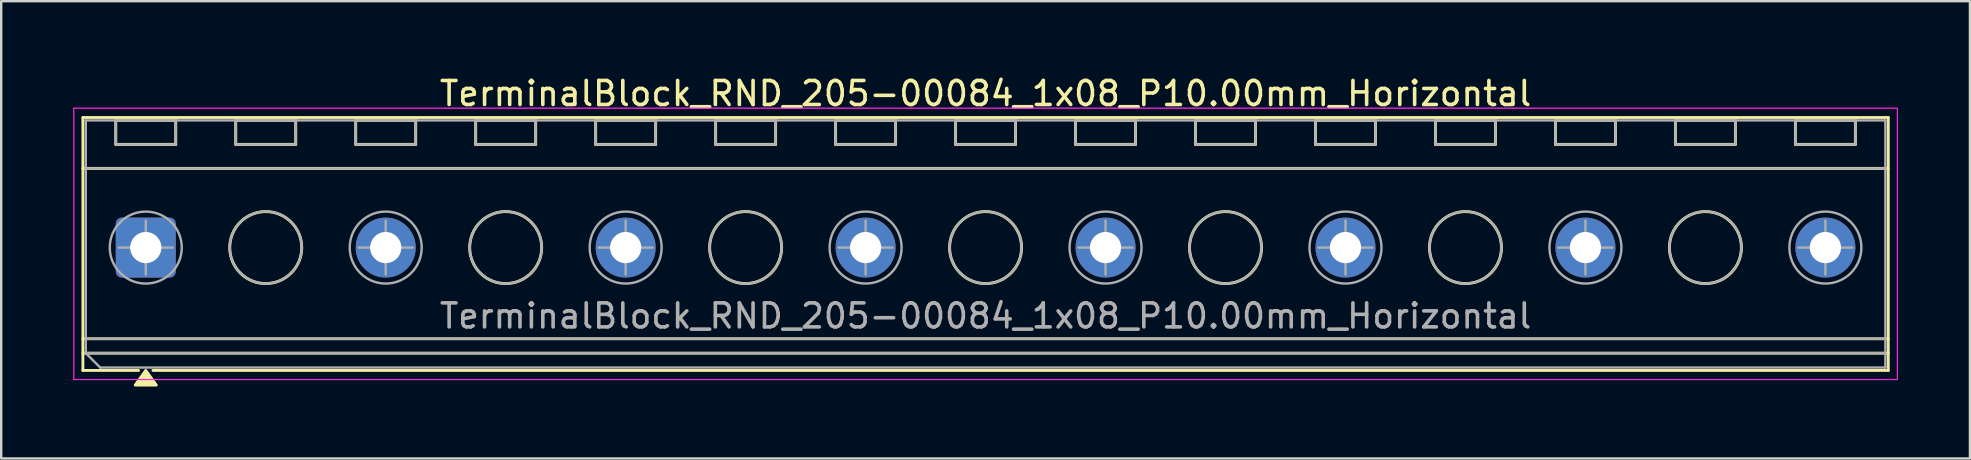
<source format=kicad_pcb>
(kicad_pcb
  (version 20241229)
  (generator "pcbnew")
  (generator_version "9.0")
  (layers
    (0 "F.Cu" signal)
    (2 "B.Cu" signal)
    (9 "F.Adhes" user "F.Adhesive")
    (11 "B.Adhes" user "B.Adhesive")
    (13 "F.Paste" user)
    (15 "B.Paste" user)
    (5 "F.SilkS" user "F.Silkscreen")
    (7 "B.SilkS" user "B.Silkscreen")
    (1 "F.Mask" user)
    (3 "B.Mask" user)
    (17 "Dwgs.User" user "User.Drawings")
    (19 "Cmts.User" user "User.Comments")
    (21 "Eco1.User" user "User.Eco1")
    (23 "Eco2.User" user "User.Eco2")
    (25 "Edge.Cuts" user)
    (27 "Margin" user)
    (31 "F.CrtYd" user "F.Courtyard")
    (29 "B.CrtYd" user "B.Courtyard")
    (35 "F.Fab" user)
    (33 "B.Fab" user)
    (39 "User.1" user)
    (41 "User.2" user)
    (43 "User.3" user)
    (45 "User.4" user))
  (footprint "TerminalBlock_RND_205-00084_1x08_P10.00mm_Horizontal"
    (layer "F.Cu")
    (at 3.025 7.268)
    (property "Reference" "TerminalBlock_RND_205-00084_1x08_P10.00mm_Horizontal" (at 35 -6.42 0) (layer "F.SilkS") (effects (font (size 1 1) (thickness 0.15))))
    (attr through_hole)
    (fp_line (start -2.62 -5.42) (end 72.62 -5.42) (stroke (width 0.12) (type solid)) (layer "F.SilkS"))
    (fp_line (start -2.62 -3.3) (end 72.62 -3.3) (stroke (width 0.12) (type solid)) (layer "F.SilkS"))
    (fp_line (start -2.62 3.8) (end 72.62 3.8) (stroke (width 0.12) (type solid)) (layer "F.SilkS"))
    (fp_line (start -2.62 4.4) (end 72.62 4.4) (stroke (width 0.12) (type solid)) (layer "F.SilkS"))
    (fp_line (start -2.62 5.12) (end -2.62 -5.42) (stroke (width 0.12) (type solid)) (layer "F.SilkS"))
    (fp_line (start -1.25 -5.3) (end 1.25 -5.3) (stroke (width 0.12) (type solid)) (layer "F.SilkS"))
    (fp_line (start -1.25 -4.3) (end -1.25 -5.3) (stroke (width 0.12) (type solid)) (layer "F.SilkS"))
    (fp_line (start -0.3 5.12) (end -2.62 5.12) (stroke (width 0.12) (type solid)) (layer "F.SilkS"))
    (fp_line (start 1.25 -5.3) (end 1.25 -4.3) (stroke (width 0.12) (type solid)) (layer "F.SilkS"))
    (fp_line (start 1.25 -4.3) (end -1.25 -4.3) (stroke (width 0.12) (type solid)) (layer "F.SilkS"))
    (fp_line (start 3.75 -5.3) (end 6.25 -5.3) (stroke (width 0.12) (type solid)) (layer "F.SilkS"))
    (fp_line (start 3.75 -4.3) (end 3.75 -5.3) (stroke (width 0.12) (type solid)) (layer "F.SilkS"))
    (fp_line (start 6.25 -5.3) (end 6.25 -4.3) (stroke (width 0.12) (type solid)) (layer "F.SilkS"))
    (fp_line (start 6.25 -4.3) (end 3.75 -4.3) (stroke (width 0.12) (type solid)) (layer "F.SilkS"))
    (fp_line (start 8.75 -5.3) (end 11.25 -5.3) (stroke (width 0.12) (type solid)) (layer "F.SilkS"))
    (fp_line (start 8.75 -4.3) (end 8.75 -5.3) (stroke (width 0.12) (type solid)) (layer "F.SilkS"))
    (fp_line (start 11.25 -5.3) (end 11.25 -4.3) (stroke (width 0.12) (type solid)) (layer "F.SilkS"))
    (fp_line (start 11.25 -4.3) (end 8.75 -4.3) (stroke (width 0.12) (type solid)) (layer "F.SilkS"))
    (fp_line (start 13.75 -5.3) (end 16.25 -5.3) (stroke (width 0.12) (type solid)) (layer "F.SilkS"))
    (fp_line (start 13.75 -4.3) (end 13.75 -5.3) (stroke (width 0.12) (type solid)) (layer "F.SilkS"))
    (fp_line (start 16.25 -5.3) (end 16.25 -4.3) (stroke (width 0.12) (type solid)) (layer "F.SilkS"))
    (fp_line (start 16.25 -4.3) (end 13.75 -4.3) (stroke (width 0.12) (type solid)) (layer "F.SilkS"))
    (fp_line (start 18.75 -5.3) (end 21.25 -5.3) (stroke (width 0.12) (type solid)) (layer "F.SilkS"))
    (fp_line (start 18.75 -4.3) (end 18.75 -5.3) (stroke (width 0.12) (type solid)) (layer "F.SilkS"))
    (fp_line (start 21.25 -5.3) (end 21.25 -4.3) (stroke (width 0.12) (type solid)) (layer "F.SilkS"))
    (fp_line (start 21.25 -4.3) (end 18.75 -4.3) (stroke (width 0.12) (type solid)) (layer "F.SilkS"))
    (fp_line (start 23.75 -5.3) (end 26.25 -5.3) (stroke (width 0.12) (type solid)) (layer "F.SilkS"))
    (fp_line (start 23.75 -4.3) (end 23.75 -5.3) (stroke (width 0.12) (type solid)) (layer "F.SilkS"))
    (fp_line (start 26.25 -5.3) (end 26.25 -4.3) (stroke (width 0.12) (type solid)) (layer "F.SilkS"))
    (fp_line (start 26.25 -4.3) (end 23.75 -4.3) (stroke (width 0.12) (type solid)) (layer "F.SilkS"))
    (fp_line (start 28.75 -5.3) (end 31.25 -5.3) (stroke (width 0.12) (type solid)) (layer "F.SilkS"))
    (fp_line (start 28.75 -4.3) (end 28.75 -5.3) (stroke (width 0.12) (type solid)) (layer "F.SilkS"))
    (fp_line (start 31.25 -5.3) (end 31.25 -4.3) (stroke (width 0.12) (type solid)) (layer "F.SilkS"))
    (fp_line (start 31.25 -4.3) (end 28.75 -4.3) (stroke (width 0.12) (type solid)) (layer "F.SilkS"))
    (fp_line (start 33.75 -5.3) (end 36.25 -5.3) (stroke (width 0.12) (type solid)) (layer "F.SilkS"))
    (fp_line (start 33.75 -4.3) (end 33.75 -5.3) (stroke (width 0.12) (type solid)) (layer "F.SilkS"))
    (fp_line (start 36.25 -5.3) (end 36.25 -4.3) (stroke (width 0.12) (type solid)) (layer "F.SilkS"))
    (fp_line (start 36.25 -4.3) (end 33.75 -4.3) (stroke (width 0.12) (type solid)) (layer "F.SilkS"))
    (fp_line (start 38.75 -5.3) (end 41.25 -5.3) (stroke (width 0.12) (type solid)) (layer "F.SilkS"))
    (fp_line (start 38.75 -4.3) (end 38.75 -5.3) (stroke (width 0.12) (type solid)) (layer "F.SilkS"))
    (fp_line (start 41.25 -5.3) (end 41.25 -4.3) (stroke (width 0.12) (type solid)) (layer "F.SilkS"))
    (fp_line (start 41.25 -4.3) (end 38.75 -4.3) (stroke (width 0.12) (type solid)) (layer "F.SilkS"))
    (fp_line (start 43.75 -5.3) (end 46.25 -5.3) (stroke (width 0.12) (type solid)) (layer "F.SilkS"))
    (fp_line (start 43.75 -4.3) (end 43.75 -5.3) (stroke (width 0.12) (type solid)) (layer "F.SilkS"))
    (fp_line (start 46.25 -5.3) (end 46.25 -4.3) (stroke (width 0.12) (type solid)) (layer "F.SilkS"))
    (fp_line (start 46.25 -4.3) (end 43.75 -4.3) (stroke (width 0.12) (type solid)) (layer "F.SilkS"))
    (fp_line (start 48.75 -5.3) (end 51.25 -5.3) (stroke (width 0.12) (type solid)) (layer "F.SilkS"))
    (fp_line (start 48.75 -4.3) (end 48.75 -5.3) (stroke (width 0.12) (type solid)) (layer "F.SilkS"))
    (fp_line (start 51.25 -5.3) (end 51.25 -4.3) (stroke (width 0.12) (type solid)) (layer "F.SilkS"))
    (fp_line (start 51.25 -4.3) (end 48.75 -4.3) (stroke (width 0.12) (type solid)) (layer "F.SilkS"))
    (fp_line (start 53.75 -5.3) (end 56.25 -5.3) (stroke (width 0.12) (type solid)) (layer "F.SilkS"))
    (fp_line (start 53.75 -4.3) (end 53.75 -5.3) (stroke (width 0.12) (type solid)) (layer "F.SilkS"))
    (fp_line (start 56.25 -5.3) (end 56.25 -4.3) (stroke (width 0.12) (type solid)) (layer "F.SilkS"))
    (fp_line (start 56.25 -4.3) (end 53.75 -4.3) (stroke (width 0.12) (type solid)) (layer "F.SilkS"))
    (fp_line (start 58.75 -5.3) (end 61.25 -5.3) (stroke (width 0.12) (type solid)) (layer "F.SilkS"))
    (fp_line (start 58.75 -4.3) (end 58.75 -5.3) (stroke (width 0.12) (type solid)) (layer "F.SilkS"))
    (fp_line (start 61.25 -5.3) (end 61.25 -4.3) (stroke (width 0.12) (type solid)) (layer "F.SilkS"))
    (fp_line (start 61.25 -4.3) (end 58.75 -4.3) (stroke (width 0.12) (type solid)) (layer "F.SilkS"))
    (fp_line (start 63.75 -5.3) (end 66.25 -5.3) (stroke (width 0.12) (type solid)) (layer "F.SilkS"))
    (fp_line (start 63.75 -4.3) (end 63.75 -5.3) (stroke (width 0.12) (type solid)) (layer "F.SilkS"))
    (fp_line (start 66.25 -5.3) (end 66.25 -4.3) (stroke (width 0.12) (type solid)) (layer "F.SilkS"))
    (fp_line (start 66.25 -4.3) (end 63.75 -4.3) (stroke (width 0.12) (type solid)) (layer "F.SilkS"))
    (fp_line (start 68.75 -5.3) (end 71.25 -5.3) (stroke (width 0.12) (type solid)) (layer "F.SilkS"))
    (fp_line (start 68.75 -4.3) (end 68.75 -5.3) (stroke (width 0.12) (type solid)) (layer "F.SilkS"))
    (fp_line (start 71.25 -5.3) (end 71.25 -4.3) (stroke (width 0.12) (type solid)) (layer "F.SilkS"))
    (fp_line (start 71.25 -4.3) (end 68.75 -4.3) (stroke (width 0.12) (type solid)) (layer "F.SilkS"))
    (fp_line (start 72.62 -5.42) (end 72.62 5.12) (stroke (width 0.12) (type solid)) (layer "F.SilkS"))
    (fp_line (start 72.62 5.12) (end 0.3 5.12) (stroke (width 0.12) (type solid)) (layer "F.SilkS"))
    (fp_circle (center 5 0) (end 6.5 0) (stroke (width 0.12) (type solid)) (fill no) (layer "F.SilkS"))
    (fp_circle (center 15 0) (end 16.5 0) (stroke (width 0.12) (type solid)) (fill no) (layer "F.SilkS"))
    (fp_circle (center 25 0) (end 26.5 0) (stroke (width 0.12) (type solid)) (fill no) (layer "F.SilkS"))
    (fp_circle (center 35 0) (end 36.5 0) (stroke (width 0.12) (type solid)) (fill no) (layer "F.SilkS"))
    (fp_circle (center 45 0) (end 46.5 0) (stroke (width 0.12) (type solid)) (fill no) (layer "F.SilkS"))
    (fp_circle (center 55 0) (end 56.5 0) (stroke (width 0.12) (type solid)) (fill no) (layer "F.SilkS"))
    (fp_circle (center 65 0) (end 66.5 0) (stroke (width 0.12) (type solid)) (fill no) (layer "F.SilkS"))
    (fp_poly (pts (xy 0 5.12) (xy 0.44 5.73) (xy -0.44 5.73)) (stroke (width 0.12) (type solid)) (fill yes) (layer "F.SilkS"))
    (fp_rect (start -3 -5.81) (end 73 5.5) (stroke (width 0.05) (type solid)) (fill no) (layer "F.CrtYd"))
    (fp_line (start -2.5 -5.3) (end 72.5 -5.3) (stroke (width 0.1) (type solid)) (layer "F.Fab"))
    (fp_line (start -2.5 -3.3) (end 72.5 -3.3) (stroke (width 0.1) (type solid)) (layer "F.Fab"))
    (fp_line (start -2.5 3.8) (end 72.5 3.8) (stroke (width 0.1) (type solid)) (layer "F.Fab"))
    (fp_line (start -2.5 4.4) (end -2.5 -5.3) (stroke (width 0.1) (type solid)) (layer "F.Fab"))
    (fp_line (start -2.5 4.4) (end 72.5 4.4) (stroke (width 0.1) (type solid)) (layer "F.Fab"))
    (fp_line (start -1.9 5) (end -2.5 4.4) (stroke (width 0.1) (type solid)) (layer "F.Fab"))
    (fp_line (start -1.125 0) (end 1.125 0) (stroke (width 0.1) (type solid)) (layer "F.Fab"))
    (fp_line (start 0 -1.125) (end 0 1.125) (stroke (width 0.1) (type solid)) (layer "F.Fab"))
    (fp_line (start 8.875 0) (end 11.125 0) (stroke (width 0.1) (type solid)) (layer "F.Fab"))
    (fp_line (start 10 -1.125) (end 10 1.125) (stroke (width 0.1) (type solid)) (layer "F.Fab"))
    (fp_line (start 18.875 0) (end 21.125 0) (stroke (width 0.1) (type solid)) (layer "F.Fab"))
    (fp_line (start 20 -1.125) (end 20 1.125) (stroke (width 0.1) (type solid)) (layer "F.Fab"))
    (fp_line (start 28.875 0) (end 31.125 0) (stroke (width 0.1) (type solid)) (layer "F.Fab"))
    (fp_line (start 30 -1.125) (end 30 1.125) (stroke (width 0.1) (type solid)) (layer "F.Fab"))
    (fp_line (start 38.875 0) (end 41.125 0) (stroke (width 0.1) (type solid)) (layer "F.Fab"))
    (fp_line (start 40 -1.125) (end 40 1.125) (stroke (width 0.1) (type solid)) (layer "F.Fab"))
    (fp_line (start 48.875 0) (end 51.125 0) (stroke (width 0.1) (type solid)) (layer "F.Fab"))
    (fp_line (start 50 -1.125) (end 50 1.125) (stroke (width 0.1) (type solid)) (layer "F.Fab"))
    (fp_line (start 58.875 0) (end 61.125 0) (stroke (width 0.1) (type solid)) (layer "F.Fab"))
    (fp_line (start 60 -1.125) (end 60 1.125) (stroke (width 0.1) (type solid)) (layer "F.Fab"))
    (fp_line (start 68.875 0) (end 71.125 0) (stroke (width 0.1) (type solid)) (layer "F.Fab"))
    (fp_line (start 70 -1.125) (end 70 1.125) (stroke (width 0.1) (type solid)) (layer "F.Fab"))
    (fp_line (start 72.5 -5.3) (end 72.5 5) (stroke (width 0.1) (type solid)) (layer "F.Fab"))
    (fp_line (start 72.5 5) (end -1.9 5) (stroke (width 0.1) (type solid)) (layer "F.Fab"))
    (fp_rect (start -1.25 -5.3) (end 1.25 -4.3) (stroke (width 0.1) (type solid)) (fill no) (layer "F.Fab"))
    (fp_rect (start 3.75 -5.3) (end 6.25 -4.3) (stroke (width 0.1) (type solid)) (fill no) (layer "F.Fab"))
    (fp_rect (start 8.75 -5.3) (end 11.25 -4.3) (stroke (width 0.1) (type solid)) (fill no) (layer "F.Fab"))
    (fp_rect (start 13.75 -5.3) (end 16.25 -4.3) (stroke (width 0.1) (type solid)) (fill no) (layer "F.Fab"))
    (fp_rect (start 18.75 -5.3) (end 21.25 -4.3) (stroke (width 0.1) (type solid)) (fill no) (layer "F.Fab"))
    (fp_rect (start 23.75 -5.3) (end 26.25 -4.3) (stroke (width 0.1) (type solid)) (fill no) (layer "F.Fab"))
    (fp_rect (start 28.75 -5.3) (end 31.25 -4.3) (stroke (width 0.1) (type solid)) (fill no) (layer "F.Fab"))
    (fp_rect (start 33.75 -5.3) (end 36.25 -4.3) (stroke (width 0.1) (type solid)) (fill no) (layer "F.Fab"))
    (fp_rect (start 38.75 -5.3) (end 41.25 -4.3) (stroke (width 0.1) (type solid)) (fill no) (layer "F.Fab"))
    (fp_rect (start 43.75 -5.3) (end 46.25 -4.3) (stroke (width 0.1) (type solid)) (fill no) (layer "F.Fab"))
    (fp_rect (start 48.75 -5.3) (end 51.25 -4.3) (stroke (width 0.1) (type solid)) (fill no) (layer "F.Fab"))
    (fp_rect (start 53.75 -5.3) (end 56.25 -4.3) (stroke (width 0.1) (type solid)) (fill no) (layer "F.Fab"))
    (fp_rect (start 58.75 -5.3) (end 61.25 -4.3) (stroke (width 0.1) (type solid)) (fill no) (layer "F.Fab"))
    (fp_rect (start 63.75 -5.3) (end 66.25 -4.3) (stroke (width 0.1) (type solid)) (fill no) (layer "F.Fab"))
    (fp_rect (start 68.75 -5.3) (end 71.25 -4.3) (stroke (width 0.1) (type solid)) (fill no) (layer "F.Fab"))
    (fp_circle (center 0 0) (end 1.5 0) (stroke (width 0.1) (type solid)) (fill no) (layer "F.Fab"))
    (fp_circle (center 5 0) (end 6.5 0) (stroke (width 0.1) (type solid)) (fill no) (layer "F.Fab"))
    (fp_circle (center 10 0) (end 11.5 0) (stroke (width 0.1) (type solid)) (fill no) (layer "F.Fab"))
    (fp_circle (center 15 0) (end 16.5 0) (stroke (width 0.1) (type solid)) (fill no) (layer "F.Fab"))
    (fp_circle (center 20 0) (end 21.5 0) (stroke (width 0.1) (type solid)) (fill no) (layer "F.Fab"))
    (fp_circle (center 25 0) (end 26.5 0) (stroke (width 0.1) (type solid)) (fill no) (layer "F.Fab"))
    (fp_circle (center 30 0) (end 31.5 0) (stroke (width 0.1) (type solid)) (fill no) (layer "F.Fab"))
    (fp_circle (center 35 0) (end 36.5 0) (stroke (width 0.1) (type solid)) (fill no) (layer "F.Fab"))
    (fp_circle (center 40 0) (end 41.5 0) (stroke (width 0.1) (type solid)) (fill no) (layer "F.Fab"))
    (fp_circle (center 45 0) (end 46.5 0) (stroke (width 0.1) (type solid)) (fill no) (layer "F.Fab"))
    (fp_circle (center 50 0) (end 51.5 0) (stroke (width 0.1) (type solid)) (fill no) (layer "F.Fab"))
    (fp_circle (center 55 0) (end 56.5 0) (stroke (width 0.1) (type solid)) (fill no) (layer "F.Fab"))
    (fp_circle (center 60 0) (end 61.5 0) (stroke (width 0.1) (type solid)) (fill no) (layer "F.Fab"))
    (fp_circle (center 65 0) (end 66.5 0) (stroke (width 0.1) (type solid)) (fill no) (layer "F.Fab"))
    (fp_circle (center 70 0) (end 71.5 0) (stroke (width 0.1) (type solid)) (fill no) (layer "F.Fab"))
    (fp_text user "${REFERENCE}" (at 35 2.85 0) (layer "F.Fab") (effects (font (size 1 1) (thickness 0.15))))
    (pad "1" thru_hole roundrect (at 0 0) (size 2.5 2.5) (drill 1.3) (layers "*.Cu" "*.Mask") (roundrect_rratio 0.1))
    (pad "2" thru_hole circle (at 10 0) (size 2.5 2.5) (drill 1.3) (layers "*.Cu" "*.Mask"))
    (pad "3" thru_hole circle (at 20 0) (size 2.5 2.5) (drill 1.3) (layers "*.Cu" "*.Mask"))
    (pad "4" thru_hole circle (at 30 0) (size 2.5 2.5) (drill 1.3) (layers "*.Cu" "*.Mask"))
    (pad "5" thru_hole circle (at 40 0) (size 2.5 2.5) (drill 1.3) (layers "*.Cu" "*.Mask"))
    (pad "6" thru_hole circle (at 50 0) (size 2.5 2.5) (drill 1.3) (layers "*.Cu" "*.Mask"))
    (pad "7" thru_hole circle (at 60 0) (size 2.5 2.5) (drill 1.3) (layers "*.Cu" "*.Mask"))
    (pad "8" thru_hole circle (at 70 0) (size 2.5 2.5) (drill 1.3) (layers "*.Cu" "*.Mask")))
  (gr_rect
    (start -3 -3)
    (end 79.05 16.058)
    (stroke (width 0.1) (type default))
    (fill no)
    (layer "Edge.Cuts")))
</source>
